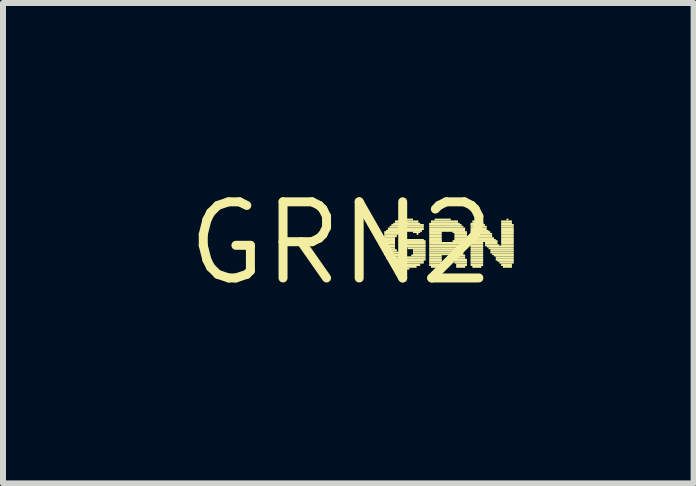
<source format=kicad_pcb>
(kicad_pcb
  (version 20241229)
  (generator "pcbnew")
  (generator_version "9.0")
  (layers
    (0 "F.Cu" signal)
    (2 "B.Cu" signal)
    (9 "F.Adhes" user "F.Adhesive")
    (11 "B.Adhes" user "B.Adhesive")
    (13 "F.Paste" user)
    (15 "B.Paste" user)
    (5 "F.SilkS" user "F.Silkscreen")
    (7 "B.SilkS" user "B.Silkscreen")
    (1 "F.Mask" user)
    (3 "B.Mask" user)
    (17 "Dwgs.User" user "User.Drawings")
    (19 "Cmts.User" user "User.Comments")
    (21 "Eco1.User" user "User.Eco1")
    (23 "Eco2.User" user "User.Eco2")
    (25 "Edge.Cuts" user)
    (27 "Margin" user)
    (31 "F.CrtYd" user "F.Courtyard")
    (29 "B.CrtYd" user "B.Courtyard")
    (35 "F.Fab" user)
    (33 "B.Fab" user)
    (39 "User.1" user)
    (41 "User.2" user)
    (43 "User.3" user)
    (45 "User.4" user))
  (footprint "GRN2"
    (layer "F.Cu")
    (at 2.638 1.006)
    (property "Reference" "GRN2" (at 0 0 0) (layer "F.SilkS") (effects (font (size 1.27 1.27) (thickness 0.15))))
    (fp_poly (pts (xy 0.69 -0.07) (xy 0.9 -0.07) (xy 0.9 -0.1) (xy 0.69 -0.1)) (stroke (width 0) (type solid)) (fill yes) (layer "F.SilkS"))
    (fp_poly (pts (xy 0.69 -0.04) (xy 0.9 -0.04) (xy 0.9 -0.07) (xy 0.69 -0.07)) (stroke (width 0) (type solid)) (fill yes) (layer "F.SilkS"))
    (fp_poly (pts (xy 0.69 -0.02) (xy 0.9 -0.02) (xy 0.9 -0.05) (xy 0.69 -0.05)) (stroke (width 0) (type solid)) (fill yes) (layer "F.SilkS"))
    (fp_poly (pts (xy 0.69 0.02) (xy 0.9 0.02) (xy 0.9 -0.02) (xy 0.69 -0.02)) (stroke (width 0) (type solid)) (fill yes) (layer "F.SilkS"))
    (fp_poly (pts (xy 0.69 0.05) (xy 0.9 0.05) (xy 0.9 0.02) (xy 0.69 0.02)) (stroke (width 0) (type solid)) (fill yes) (layer "F.SilkS"))
    (fp_poly (pts (xy 0.69 0.07) (xy 0.9 0.07) (xy 0.9 0.04) (xy 0.69 0.04)) (stroke (width 0) (type solid)) (fill yes) (layer "F.SilkS"))
    (fp_poly (pts (xy 0.69 0.1) (xy 0.9 0.1) (xy 0.9 0.07) (xy 0.69 0.07)) (stroke (width 0) (type solid)) (fill yes) (layer "F.SilkS"))
    (fp_poly (pts (xy 0.72 -0.17) (xy 0.99 -0.17) (xy 0.99 -0.2) (xy 0.72 -0.2)) (stroke (width 0) (type solid)) (fill yes) (layer "F.SilkS"))
    (fp_poly (pts (xy 0.72 -0.14) (xy 0.96 -0.14) (xy 0.96 -0.17) (xy 0.72 -0.17)) (stroke (width 0) (type solid)) (fill yes) (layer "F.SilkS"))
    (fp_poly (pts (xy 0.72 -0.1) (xy 0.93 -0.1) (xy 0.93 -0.14) (xy 0.72 -0.14)) (stroke (width 0) (type solid)) (fill yes) (layer "F.SilkS"))
    (fp_poly (pts (xy 0.72 0.14) (xy 0.93 0.14) (xy 0.93 0.1) (xy 0.72 0.1)) (stroke (width 0) (type solid)) (fill yes) (layer "F.SilkS"))
    (fp_poly (pts (xy 0.72 0.17) (xy 0.96 0.17) (xy 0.96 0.14) (xy 0.72 0.14)) (stroke (width 0) (type solid)) (fill yes) (layer "F.SilkS"))
    (fp_poly (pts (xy 0.72 0.2) (xy 0.99 0.2) (xy 0.99 0.17) (xy 0.72 0.17)) (stroke (width 0) (type solid)) (fill yes) (layer "F.SilkS"))
    (fp_poly (pts (xy 0.75 -0.19) (xy 1.35 -0.19) (xy 1.35 -0.22) (xy 0.75 -0.22)) (stroke (width 0) (type solid)) (fill yes) (layer "F.SilkS"))
    (fp_poly (pts (xy 0.75 0.22) (xy 1.05 0.22) (xy 1.05 0.19) (xy 0.75 0.19)) (stroke (width 0) (type solid)) (fill yes) (layer "F.SilkS"))
    (fp_poly (pts (xy 0.75 0.26) (xy 1.41 0.26) (xy 1.41 0.22) (xy 0.75 0.22)) (stroke (width 0) (type solid)) (fill yes) (layer "F.SilkS"))
    (fp_poly (pts (xy 0.78 -0.22) (xy 1.38 -0.22) (xy 1.38 -0.26) (xy 0.78 -0.26)) (stroke (width 0) (type solid)) (fill yes) (layer "F.SilkS"))
    (fp_poly (pts (xy 0.78 0.29) (xy 1.41 0.29) (xy 1.41 0.26) (xy 0.78 0.26)) (stroke (width 0) (type solid)) (fill yes) (layer "F.SilkS"))
    (fp_poly (pts (xy 0.81 -0.26) (xy 1.38 -0.26) (xy 1.38 -0.29) (xy 0.81 -0.29)) (stroke (width 0) (type solid)) (fill yes) (layer "F.SilkS"))
    (fp_poly (pts (xy 0.81 0.31) (xy 1.38 0.31) (xy 1.38 0.28) (xy 0.81 0.28)) (stroke (width 0) (type solid)) (fill yes) (layer "F.SilkS"))
    (fp_poly (pts (xy 0.84 -0.29) (xy 1.38 -0.29) (xy 1.38 -0.32) (xy 0.84 -0.32)) (stroke (width 0) (type solid)) (fill yes) (layer "F.SilkS"))
    (fp_poly (pts (xy 0.84 0.34) (xy 1.38 0.34) (xy 1.38 0.31) (xy 0.84 0.31)) (stroke (width 0) (type solid)) (fill yes) (layer "F.SilkS"))
    (fp_poly (pts (xy 0.87 -0.31) (xy 1.32 -0.31) (xy 1.32 -0.34) (xy 0.87 -0.34)) (stroke (width 0) (type solid)) (fill yes) (layer "F.SilkS"))
    (fp_poly (pts (xy 0.9 -0.34) (xy 1.29 -0.34) (xy 1.29 -0.38) (xy 0.9 -0.38)) (stroke (width 0) (type solid)) (fill yes) (layer "F.SilkS"))
    (fp_poly (pts (xy 0.9 0.38) (xy 1.32 0.38) (xy 1.32 0.34) (xy 0.9 0.34)) (stroke (width 0) (type solid)) (fill yes) (layer "F.SilkS"))
    (fp_poly (pts (xy 0.96 0.41) (xy 1.26 0.41) (xy 1.26 0.38) (xy 0.96 0.38)) (stroke (width 0) (type solid)) (fill yes) (layer "F.SilkS"))
    (fp_poly (pts (xy 0.99 -0.38) (xy 1.2 -0.38) (xy 1.2 -0.41) (xy 0.99 -0.41)) (stroke (width 0) (type solid)) (fill yes) (layer "F.SilkS"))
    (fp_poly (pts (xy 1.05 -0.02) (xy 1.41 -0.02) (xy 1.41 -0.05) (xy 1.05 -0.05)) (stroke (width 0) (type solid)) (fill yes) (layer "F.SilkS"))
    (fp_poly (pts (xy 1.05 0.02) (xy 1.41 0.02) (xy 1.41 -0.02) (xy 1.05 -0.02)) (stroke (width 0) (type solid)) (fill yes) (layer "F.SilkS"))
    (fp_poly (pts (xy 1.05 0.05) (xy 1.41 0.05) (xy 1.41 0.02) (xy 1.05 0.02)) (stroke (width 0) (type solid)) (fill yes) (layer "F.SilkS"))
    (fp_poly (pts (xy 1.05 0.07) (xy 1.41 0.07) (xy 1.41 0.04) (xy 1.05 0.04)) (stroke (width 0) (type solid)) (fill yes) (layer "F.SilkS"))
    (fp_poly (pts (xy 1.08 -0.04) (xy 1.38 -0.04) (xy 1.38 -0.07) (xy 1.08 -0.07)) (stroke (width 0) (type solid)) (fill yes) (layer "F.SilkS"))
    (fp_poly (pts (xy 1.08 0.44) (xy 1.14 0.44) (xy 1.14 0.41) (xy 1.08 0.41)) (stroke (width 0) (type solid)) (fill yes) (layer "F.SilkS"))
    (fp_poly (pts (xy 1.11 0.1) (xy 1.41 0.1) (xy 1.41 0.07) (xy 1.11 0.07)) (stroke (width 0) (type solid)) (fill yes) (layer "F.SilkS"))
    (fp_poly (pts (xy 1.17 0.22) (xy 1.41 0.22) (xy 1.41 0.19) (xy 1.17 0.19)) (stroke (width 0) (type solid)) (fill yes) (layer "F.SilkS"))
    (fp_poly (pts (xy 1.2 -0.17) (xy 1.32 -0.17) (xy 1.32 -0.2) (xy 1.2 -0.2)) (stroke (width 0) (type solid)) (fill yes) (layer "F.SilkS"))
    (fp_poly (pts (xy 1.2 0.14) (xy 1.41 0.14) (xy 1.41 0.1) (xy 1.2 0.1)) (stroke (width 0) (type solid)) (fill yes) (layer "F.SilkS"))
    (fp_poly (pts (xy 1.2 0.17) (xy 1.41 0.17) (xy 1.41 0.14) (xy 1.2 0.14)) (stroke (width 0) (type solid)) (fill yes) (layer "F.SilkS"))
    (fp_poly (pts (xy 1.2 0.2) (xy 1.41 0.2) (xy 1.41 0.17) (xy 1.2 0.17)) (stroke (width 0) (type solid)) (fill yes) (layer "F.SilkS"))
    (fp_poly (pts (xy 1.26 -0.14) (xy 1.29 -0.14) (xy 1.29 -0.17) (xy 1.26 -0.17)) (stroke (width 0) (type solid)) (fill yes) (layer "F.SilkS"))
    (fp_poly (pts (xy 1.47 -0.31) (xy 1.98 -0.31) (xy 1.98 -0.34) (xy 1.47 -0.34)) (stroke (width 0) (type solid)) (fill yes) (layer "F.SilkS"))
    (fp_poly (pts (xy 1.47 -0.29) (xy 2.01 -0.29) (xy 2.01 -0.32) (xy 1.47 -0.32)) (stroke (width 0) (type solid)) (fill yes) (layer "F.SilkS"))
    (fp_poly (pts (xy 1.47 -0.26) (xy 2.04 -0.26) (xy 2.04 -0.29) (xy 1.47 -0.29)) (stroke (width 0) (type solid)) (fill yes) (layer "F.SilkS"))
    (fp_poly (pts (xy 1.47 -0.22) (xy 2.07 -0.22) (xy 2.07 -0.26) (xy 1.47 -0.26)) (stroke (width 0) (type solid)) (fill yes) (layer "F.SilkS"))
    (fp_poly (pts (xy 1.47 -0.19) (xy 2.07 -0.19) (xy 2.07 -0.22) (xy 1.47 -0.22)) (stroke (width 0) (type solid)) (fill yes) (layer "F.SilkS"))
    (fp_poly (pts (xy 1.47 -0.17) (xy 1.68 -0.17) (xy 1.68 -0.2) (xy 1.47 -0.2)) (stroke (width 0) (type solid)) (fill yes) (layer "F.SilkS"))
    (fp_poly (pts (xy 1.47 -0.14) (xy 1.68 -0.14) (xy 1.68 -0.17) (xy 1.47 -0.17)) (stroke (width 0) (type solid)) (fill yes) (layer "F.SilkS"))
    (fp_poly (pts (xy 1.47 -0.1) (xy 1.68 -0.1) (xy 1.68 -0.14) (xy 1.47 -0.14)) (stroke (width 0) (type solid)) (fill yes) (layer "F.SilkS"))
    (fp_poly (pts (xy 1.47 -0.07) (xy 1.68 -0.07) (xy 1.68 -0.1) (xy 1.47 -0.1)) (stroke (width 0) (type solid)) (fill yes) (layer "F.SilkS"))
    (fp_poly (pts (xy 1.47 -0.04) (xy 1.68 -0.04) (xy 1.68 -0.07) (xy 1.47 -0.07)) (stroke (width 0) (type solid)) (fill yes) (layer "F.SilkS"))
    (fp_poly (pts (xy 1.47 -0.02) (xy 1.68 -0.02) (xy 1.68 -0.05) (xy 1.47 -0.05)) (stroke (width 0) (type solid)) (fill yes) (layer "F.SilkS"))
    (fp_poly (pts (xy 1.47 0.02) (xy 2.1 0.02) (xy 2.1 -0.02) (xy 1.47 -0.02)) (stroke (width 0) (type solid)) (fill yes) (layer "F.SilkS"))
    (fp_poly (pts (xy 1.47 0.05) (xy 2.07 0.05) (xy 2.07 0.02) (xy 1.47 0.02)) (stroke (width 0) (type solid)) (fill yes) (layer "F.SilkS"))
    (fp_poly (pts (xy 1.47 0.07) (xy 2.07 0.07) (xy 2.07 0.04) (xy 1.47 0.04)) (stroke (width 0) (type solid)) (fill yes) (layer "F.SilkS"))
    (fp_poly (pts (xy 1.47 0.1) (xy 2.04 0.1) (xy 2.04 0.07) (xy 1.47 0.07)) (stroke (width 0) (type solid)) (fill yes) (layer "F.SilkS"))
    (fp_poly (pts (xy 1.47 0.14) (xy 2.04 0.14) (xy 2.04 0.1) (xy 1.47 0.1)) (stroke (width 0) (type solid)) (fill yes) (layer "F.SilkS"))
    (fp_poly (pts (xy 1.47 0.17) (xy 2.04 0.17) (xy 2.04 0.14) (xy 1.47 0.14)) (stroke (width 0) (type solid)) (fill yes) (layer "F.SilkS"))
    (fp_poly (pts (xy 1.47 0.2) (xy 2.04 0.2) (xy 2.04 0.17) (xy 1.47 0.17)) (stroke (width 0) (type solid)) (fill yes) (layer "F.SilkS"))
    (fp_poly (pts (xy 1.47 0.22) (xy 1.68 0.22) (xy 1.68 0.19) (xy 1.47 0.19)) (stroke (width 0) (type solid)) (fill yes) (layer "F.SilkS"))
    (fp_poly (pts (xy 1.47 0.26) (xy 1.68 0.26) (xy 1.68 0.22) (xy 1.47 0.22)) (stroke (width 0) (type solid)) (fill yes) (layer "F.SilkS"))
    (fp_poly (pts (xy 1.47 0.29) (xy 1.68 0.29) (xy 1.68 0.26) (xy 1.47 0.26)) (stroke (width 0) (type solid)) (fill yes) (layer "F.SilkS"))
    (fp_poly (pts (xy 1.47 0.31) (xy 1.68 0.31) (xy 1.68 0.28) (xy 1.47 0.28)) (stroke (width 0) (type solid)) (fill yes) (layer "F.SilkS"))
    (fp_poly (pts (xy 1.47 0.34) (xy 1.68 0.34) (xy 1.68 0.31) (xy 1.47 0.31)) (stroke (width 0) (type solid)) (fill yes) (layer "F.SilkS"))
    (fp_poly (pts (xy 1.47 0.38) (xy 1.68 0.38) (xy 1.68 0.34) (xy 1.47 0.34)) (stroke (width 0) (type solid)) (fill yes) (layer "F.SilkS"))
    (fp_poly (pts (xy 1.5 -0.34) (xy 1.95 -0.34) (xy 1.95 -0.38) (xy 1.5 -0.38)) (stroke (width 0) (type solid)) (fill yes) (layer "F.SilkS"))
    (fp_poly (pts (xy 1.5 0.41) (xy 1.65 0.41) (xy 1.65 0.38) (xy 1.5 0.38)) (stroke (width 0) (type solid)) (fill yes) (layer "F.SilkS"))
    (fp_poly (pts (xy 1.56 -0.38) (xy 1.83 -0.38) (xy 1.83 -0.41) (xy 1.56 -0.41)) (stroke (width 0) (type solid)) (fill yes) (layer "F.SilkS"))
    (fp_poly (pts (xy 1.86 -0.17) (xy 2.1 -0.17) (xy 2.1 -0.2) (xy 1.86 -0.2)) (stroke (width 0) (type solid)) (fill yes) (layer "F.SilkS"))
    (fp_poly (pts (xy 1.86 -0.02) (xy 2.1 -0.02) (xy 2.1 -0.05) (xy 1.86 -0.05)) (stroke (width 0) (type solid)) (fill yes) (layer "F.SilkS"))
    (fp_poly (pts (xy 1.86 0.22) (xy 2.07 0.22) (xy 2.07 0.19) (xy 1.86 0.19)) (stroke (width 0) (type solid)) (fill yes) (layer "F.SilkS"))
    (fp_poly (pts (xy 1.86 0.26) (xy 2.07 0.26) (xy 2.07 0.22) (xy 1.86 0.22)) (stroke (width 0) (type solid)) (fill yes) (layer "F.SilkS"))
    (fp_poly (pts (xy 1.86 0.29) (xy 2.1 0.29) (xy 2.1 0.26) (xy 1.86 0.26)) (stroke (width 0) (type solid)) (fill yes) (layer "F.SilkS"))
    (fp_poly (pts (xy 1.89 -0.14) (xy 2.1 -0.14) (xy 2.1 -0.17) (xy 1.89 -0.17)) (stroke (width 0) (type solid)) (fill yes) (layer "F.SilkS"))
    (fp_poly (pts (xy 1.89 -0.1) (xy 2.1 -0.1) (xy 2.1 -0.14) (xy 1.89 -0.14)) (stroke (width 0) (type solid)) (fill yes) (layer "F.SilkS"))
    (fp_poly (pts (xy 1.89 -0.07) (xy 2.1 -0.07) (xy 2.1 -0.1) (xy 1.89 -0.1)) (stroke (width 0) (type solid)) (fill yes) (layer "F.SilkS"))
    (fp_poly (pts (xy 1.89 -0.04) (xy 2.1 -0.04) (xy 2.1 -0.07) (xy 1.89 -0.07)) (stroke (width 0) (type solid)) (fill yes) (layer "F.SilkS"))
    (fp_poly (pts (xy 1.89 0.31) (xy 2.1 0.31) (xy 2.1 0.28) (xy 1.89 0.28)) (stroke (width 0) (type solid)) (fill yes) (layer "F.SilkS"))
    (fp_poly (pts (xy 1.89 0.34) (xy 2.1 0.34) (xy 2.1 0.31) (xy 1.89 0.31)) (stroke (width 0) (type solid)) (fill yes) (layer "F.SilkS"))
    (fp_poly (pts (xy 1.92 0.38) (xy 2.1 0.38) (xy 2.1 0.34) (xy 1.92 0.34)) (stroke (width 0) (type solid)) (fill yes) (layer "F.SilkS"))
    (fp_poly (pts (xy 1.92 0.41) (xy 2.07 0.41) (xy 2.07 0.38) (xy 1.92 0.38)) (stroke (width 0) (type solid)) (fill yes) (layer "F.SilkS"))
    (fp_poly (pts (xy 2.16 -0.31) (xy 2.37 -0.31) (xy 2.37 -0.34) (xy 2.16 -0.34)) (stroke (width 0) (type solid)) (fill yes) (layer "F.SilkS"))
    (fp_poly (pts (xy 2.16 -0.29) (xy 2.4 -0.29) (xy 2.4 -0.32) (xy 2.16 -0.32)) (stroke (width 0) (type solid)) (fill yes) (layer "F.SilkS"))
    (fp_poly (pts (xy 2.16 -0.26) (xy 2.43 -0.26) (xy 2.43 -0.29) (xy 2.16 -0.29)) (stroke (width 0) (type solid)) (fill yes) (layer "F.SilkS"))
    (fp_poly (pts (xy 2.16 -0.22) (xy 2.43 -0.22) (xy 2.43 -0.26) (xy 2.16 -0.26)) (stroke (width 0) (type solid)) (fill yes) (layer "F.SilkS"))
    (fp_poly (pts (xy 2.16 -0.19) (xy 2.46 -0.19) (xy 2.46 -0.22) (xy 2.16 -0.22)) (stroke (width 0) (type solid)) (fill yes) (layer "F.SilkS"))
    (fp_poly (pts (xy 2.16 -0.17) (xy 2.49 -0.17) (xy 2.49 -0.2) (xy 2.16 -0.2)) (stroke (width 0) (type solid)) (fill yes) (layer "F.SilkS"))
    (fp_poly (pts (xy 2.16 -0.14) (xy 2.52 -0.14) (xy 2.52 -0.17) (xy 2.16 -0.17)) (stroke (width 0) (type solid)) (fill yes) (layer "F.SilkS"))
    (fp_poly (pts (xy 2.16 -0.1) (xy 2.52 -0.1) (xy 2.52 -0.14) (xy 2.16 -0.14)) (stroke (width 0) (type solid)) (fill yes) (layer "F.SilkS"))
    (fp_poly (pts (xy 2.16 -0.07) (xy 2.55 -0.07) (xy 2.55 -0.1) (xy 2.16 -0.1)) (stroke (width 0) (type solid)) (fill yes) (layer "F.SilkS"))
    (fp_poly (pts (xy 2.16 -0.04) (xy 2.58 -0.04) (xy 2.58 -0.07) (xy 2.16 -0.07)) (stroke (width 0) (type solid)) (fill yes) (layer "F.SilkS"))
    (fp_poly (pts (xy 2.16 -0.02) (xy 2.61 -0.02) (xy 2.61 -0.05) (xy 2.16 -0.05)) (stroke (width 0) (type solid)) (fill yes) (layer "F.SilkS"))
    (fp_poly (pts (xy 2.16 0.02) (xy 2.37 0.02) (xy 2.37 -0.02) (xy 2.16 -0.02)) (stroke (width 0) (type solid)) (fill yes) (layer "F.SilkS"))
    (fp_poly (pts (xy 2.16 0.05) (xy 2.37 0.05) (xy 2.37 0.02) (xy 2.16 0.02)) (stroke (width 0) (type solid)) (fill yes) (layer "F.SilkS"))
    (fp_poly (pts (xy 2.16 0.07) (xy 2.37 0.07) (xy 2.37 0.04) (xy 2.16 0.04)) (stroke (width 0) (type solid)) (fill yes) (layer "F.SilkS"))
    (fp_poly (pts (xy 2.16 0.1) (xy 2.37 0.1) (xy 2.37 0.07) (xy 2.16 0.07)) (stroke (width 0) (type solid)) (fill yes) (layer "F.SilkS"))
    (fp_poly (pts (xy 2.16 0.14) (xy 2.37 0.14) (xy 2.37 0.1) (xy 2.16 0.1)) (stroke (width 0) (type solid)) (fill yes) (layer "F.SilkS"))
    (fp_poly (pts (xy 2.16 0.17) (xy 2.37 0.17) (xy 2.37 0.14) (xy 2.16 0.14)) (stroke (width 0) (type solid)) (fill yes) (layer "F.SilkS"))
    (fp_poly (pts (xy 2.16 0.2) (xy 2.37 0.2) (xy 2.37 0.17) (xy 2.16 0.17)) (stroke (width 0) (type solid)) (fill yes) (layer "F.SilkS"))
    (fp_poly (pts (xy 2.16 0.22) (xy 2.37 0.22) (xy 2.37 0.19) (xy 2.16 0.19)) (stroke (width 0) (type solid)) (fill yes) (layer "F.SilkS"))
    (fp_poly (pts (xy 2.16 0.26) (xy 2.37 0.26) (xy 2.37 0.22) (xy 2.16 0.22)) (stroke (width 0) (type solid)) (fill yes) (layer "F.SilkS"))
    (fp_poly (pts (xy 2.16 0.29) (xy 2.37 0.29) (xy 2.37 0.26) (xy 2.16 0.26)) (stroke (width 0) (type solid)) (fill yes) (layer "F.SilkS"))
    (fp_poly (pts (xy 2.16 0.31) (xy 2.37 0.31) (xy 2.37 0.28) (xy 2.16 0.28)) (stroke (width 0) (type solid)) (fill yes) (layer "F.SilkS"))
    (fp_poly (pts (xy 2.16 0.34) (xy 2.37 0.34) (xy 2.37 0.31) (xy 2.16 0.31)) (stroke (width 0) (type solid)) (fill yes) (layer "F.SilkS"))
    (fp_poly (pts (xy 2.16 0.38) (xy 2.37 0.38) (xy 2.37 0.34) (xy 2.16 0.34)) (stroke (width 0) (type solid)) (fill yes) (layer "F.SilkS"))
    (fp_poly (pts (xy 2.19 -0.34) (xy 2.34 -0.34) (xy 2.34 -0.38) (xy 2.19 -0.38)) (stroke (width 0) (type solid)) (fill yes) (layer "F.SilkS"))
    (fp_poly (pts (xy 2.19 0.41) (xy 2.34 0.41) (xy 2.34 0.38) (xy 2.19 0.38)) (stroke (width 0) (type solid)) (fill yes) (layer "F.SilkS"))
    (fp_poly (pts (xy 2.25 -0.38) (xy 2.28 -0.38) (xy 2.28 -0.41) (xy 2.25 -0.41)) (stroke (width 0) (type solid)) (fill yes) (layer "F.SilkS"))
    (fp_poly (pts (xy 2.4 0.02) (xy 2.61 0.02) (xy 2.61 -0.02) (xy 2.4 -0.02)) (stroke (width 0) (type solid)) (fill yes) (layer "F.SilkS"))
    (fp_poly (pts (xy 2.4 0.05) (xy 2.64 0.05) (xy 2.64 0.02) (xy 2.4 0.02)) (stroke (width 0) (type solid)) (fill yes) (layer "F.SilkS"))
    (fp_poly (pts (xy 2.43 0.07) (xy 2.88 0.07) (xy 2.88 0.04) (xy 2.43 0.04)) (stroke (width 0) (type solid)) (fill yes) (layer "F.SilkS"))
    (fp_poly (pts (xy 2.46 0.1) (xy 2.88 0.1) (xy 2.88 0.07) (xy 2.46 0.07)) (stroke (width 0) (type solid)) (fill yes) (layer "F.SilkS"))
    (fp_poly (pts (xy 2.49 0.14) (xy 2.88 0.14) (xy 2.88 0.1) (xy 2.49 0.1)) (stroke (width 0) (type solid)) (fill yes) (layer "F.SilkS"))
    (fp_poly (pts (xy 2.49 0.17) (xy 2.88 0.17) (xy 2.88 0.14) (xy 2.49 0.14)) (stroke (width 0) (type solid)) (fill yes) (layer "F.SilkS"))
    (fp_poly (pts (xy 2.52 0.2) (xy 2.88 0.2) (xy 2.88 0.17) (xy 2.52 0.17)) (stroke (width 0) (type solid)) (fill yes) (layer "F.SilkS"))
    (fp_poly (pts (xy 2.55 0.22) (xy 2.88 0.22) (xy 2.88 0.19) (xy 2.55 0.19)) (stroke (width 0) (type solid)) (fill yes) (layer "F.SilkS"))
    (fp_poly (pts (xy 2.58 0.26) (xy 2.88 0.26) (xy 2.88 0.22) (xy 2.58 0.22)) (stroke (width 0) (type solid)) (fill yes) (layer "F.SilkS"))
    (fp_poly (pts (xy 2.58 0.29) (xy 2.88 0.29) (xy 2.88 0.26) (xy 2.58 0.26)) (stroke (width 0) (type solid)) (fill yes) (layer "F.SilkS"))
    (fp_poly (pts (xy 2.61 0.31) (xy 2.88 0.31) (xy 2.88 0.28) (xy 2.61 0.28)) (stroke (width 0) (type solid)) (fill yes) (layer "F.SilkS"))
    (fp_poly (pts (xy 2.64 0.34) (xy 2.88 0.34) (xy 2.88 0.31) (xy 2.64 0.31)) (stroke (width 0) (type solid)) (fill yes) (layer "F.SilkS"))
    (fp_poly (pts (xy 2.67 -0.34) (xy 2.85 -0.34) (xy 2.85 -0.38) (xy 2.67 -0.38)) (stroke (width 0) (type solid)) (fill yes) (layer "F.SilkS"))
    (fp_poly (pts (xy 2.67 -0.31) (xy 2.85 -0.31) (xy 2.85 -0.34) (xy 2.67 -0.34)) (stroke (width 0) (type solid)) (fill yes) (layer "F.SilkS"))
    (fp_poly (pts (xy 2.67 -0.29) (xy 2.88 -0.29) (xy 2.88 -0.32) (xy 2.67 -0.32)) (stroke (width 0) (type solid)) (fill yes) (layer "F.SilkS"))
    (fp_poly (pts (xy 2.67 -0.26) (xy 2.88 -0.26) (xy 2.88 -0.29) (xy 2.67 -0.29)) (stroke (width 0) (type solid)) (fill yes) (layer "F.SilkS"))
    (fp_poly (pts (xy 2.67 -0.22) (xy 2.88 -0.22) (xy 2.88 -0.26) (xy 2.67 -0.26)) (stroke (width 0) (type solid)) (fill yes) (layer "F.SilkS"))
    (fp_poly (pts (xy 2.67 -0.19) (xy 2.88 -0.19) (xy 2.88 -0.22) (xy 2.67 -0.22)) (stroke (width 0) (type solid)) (fill yes) (layer "F.SilkS"))
    (fp_poly (pts (xy 2.67 -0.17) (xy 2.88 -0.17) (xy 2.88 -0.2) (xy 2.67 -0.2)) (stroke (width 0) (type solid)) (fill yes) (layer "F.SilkS"))
    (fp_poly (pts (xy 2.67 -0.14) (xy 2.88 -0.14) (xy 2.88 -0.17) (xy 2.67 -0.17)) (stroke (width 0) (type solid)) (fill yes) (layer "F.SilkS"))
    (fp_poly (pts (xy 2.67 -0.1) (xy 2.88 -0.1) (xy 2.88 -0.14) (xy 2.67 -0.14)) (stroke (width 0) (type solid)) (fill yes) (layer "F.SilkS"))
    (fp_poly (pts (xy 2.67 -0.07) (xy 2.88 -0.07) (xy 2.88 -0.1) (xy 2.67 -0.1)) (stroke (width 0) (type solid)) (fill yes) (layer "F.SilkS"))
    (fp_poly (pts (xy 2.67 -0.04) (xy 2.88 -0.04) (xy 2.88 -0.07) (xy 2.67 -0.07)) (stroke (width 0) (type solid)) (fill yes) (layer "F.SilkS"))
    (fp_poly (pts (xy 2.67 -0.02) (xy 2.88 -0.02) (xy 2.88 -0.05) (xy 2.67 -0.05)) (stroke (width 0) (type solid)) (fill yes) (layer "F.SilkS"))
    (fp_poly (pts (xy 2.67 0.02) (xy 2.88 0.02) (xy 2.88 -0.02) (xy 2.67 -0.02)) (stroke (width 0) (type solid)) (fill yes) (layer "F.SilkS"))
    (fp_poly (pts (xy 2.67 0.05) (xy 2.88 0.05) (xy 2.88 0.02) (xy 2.67 0.02)) (stroke (width 0) (type solid)) (fill yes) (layer "F.SilkS"))
    (fp_poly (pts (xy 2.67 0.38) (xy 2.85 0.38) (xy 2.85 0.34) (xy 2.67 0.34)) (stroke (width 0) (type solid)) (fill yes) (layer "F.SilkS"))
    (fp_poly (pts (xy 2.7 0.41) (xy 2.85 0.41) (xy 2.85 0.38) (xy 2.7 0.38)) (stroke (width 0) (type solid)) (fill yes) (layer "F.SilkS"))
    (fp_poly (pts (xy 2.76 -0.38) (xy 2.79 -0.38) (xy 2.79 -0.41) (xy 2.76 -0.41)) (stroke (width 0) (type solid)) (fill yes) (layer "F.SilkS")))
  (gr_rect
    (start -3 -3)
    (end 8.518 5.012)
    (stroke (width 0.1) (type default))
    (fill no)
    (layer "Edge.Cuts")))
</source>
